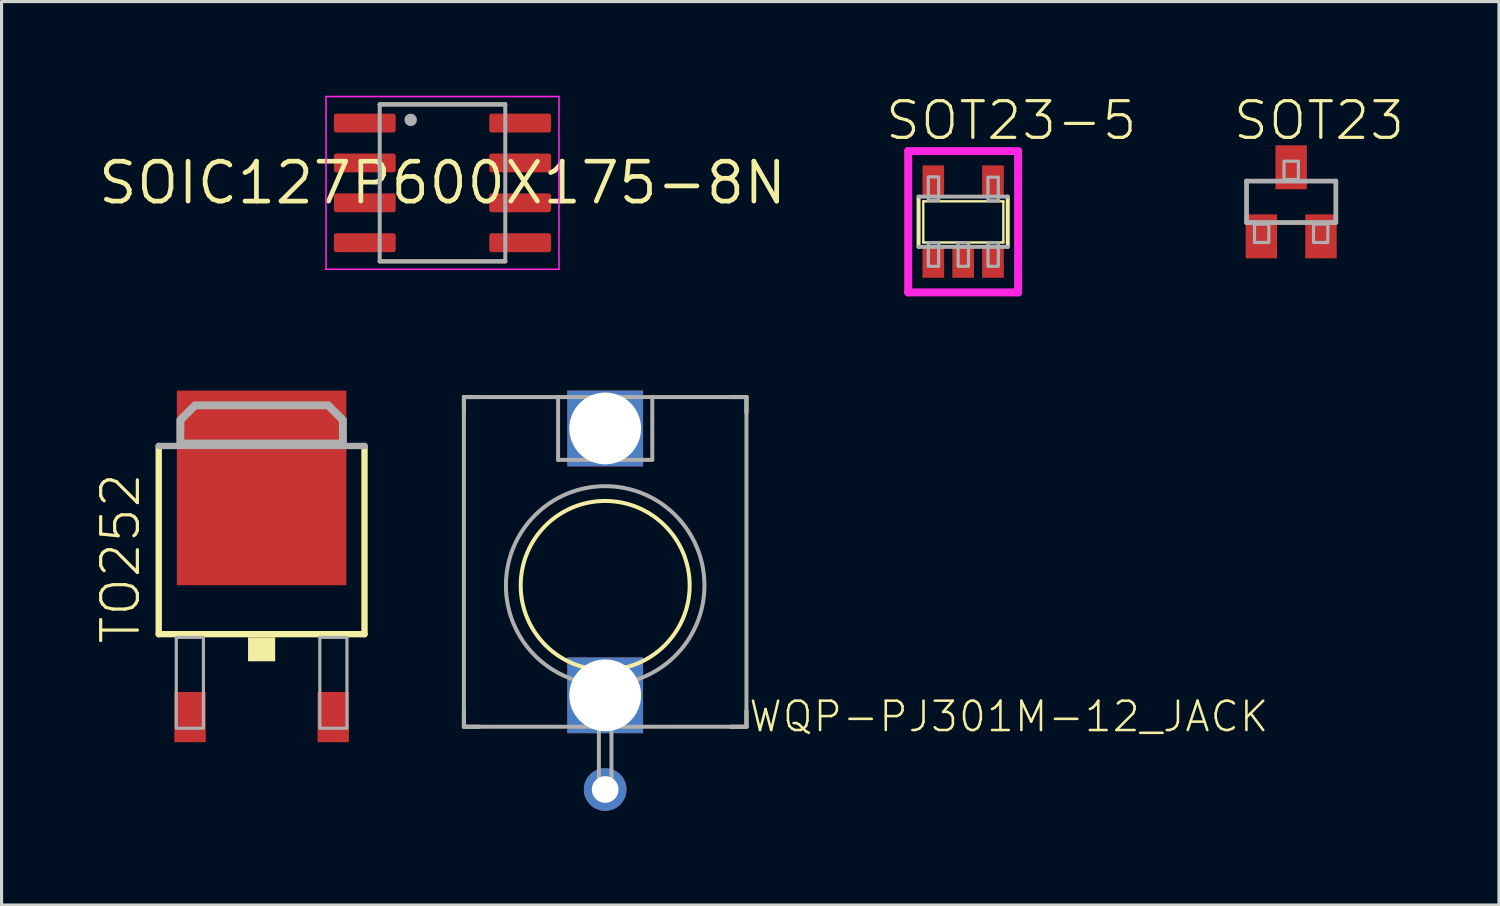
<source format=kicad_pcb>
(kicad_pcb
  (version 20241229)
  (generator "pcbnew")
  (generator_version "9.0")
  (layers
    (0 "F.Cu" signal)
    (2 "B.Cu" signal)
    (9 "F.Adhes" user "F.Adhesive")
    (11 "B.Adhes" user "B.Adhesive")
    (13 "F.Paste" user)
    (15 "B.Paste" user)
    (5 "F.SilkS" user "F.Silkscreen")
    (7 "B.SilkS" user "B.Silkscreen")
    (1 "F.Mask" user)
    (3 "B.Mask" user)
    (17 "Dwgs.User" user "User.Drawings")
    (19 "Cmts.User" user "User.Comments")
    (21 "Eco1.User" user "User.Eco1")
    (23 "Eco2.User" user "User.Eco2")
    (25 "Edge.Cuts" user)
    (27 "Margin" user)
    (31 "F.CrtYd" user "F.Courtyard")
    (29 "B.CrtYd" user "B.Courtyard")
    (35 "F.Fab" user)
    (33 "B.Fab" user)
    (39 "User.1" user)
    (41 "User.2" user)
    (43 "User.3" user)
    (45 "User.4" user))
  (footprint "SOIC127P600X175-8N"
    (layer "F.Cu")
    (at 11.044 2.775)
    (property "Reference" "SOIC127P600X175-8N" (at 0 0 0) (layer "F.SilkS") (effects (font (size 1.27 1.27) (thickness 0.15))))
    (fp_line (start -2 -2.5) (end 2 -2.5) (stroke (width 0.127) (type solid)) (layer "F.SilkS"))
    (fp_line (start -2 2.5) (end 2 2.5) (stroke (width 0.127) (type solid)) (layer "F.SilkS"))
    (fp_line (start -3.71 -2.75) (end -3.71 2.75) (stroke (width 0.05) (type solid)) (layer "F.CrtYd"))
    (fp_line (start -3.71 -2.75) (end 3.71 -2.75) (stroke (width 0.05) (type solid)) (layer "F.CrtYd"))
    (fp_line (start -3.71 2.75) (end 3.71 2.75) (stroke (width 0.05) (type solid)) (layer "F.CrtYd"))
    (fp_line (start 3.71 -2.75) (end 3.71 2.75) (stroke (width 0.05) (type solid)) (layer "F.CrtYd"))
    (fp_line (start -2 -2.5) (end -2 2.5) (stroke (width 0.127) (type solid)) (layer "F.Fab"))
    (fp_line (start -2 -2.5) (end 2 -2.5) (stroke (width 0.127) (type solid)) (layer "F.Fab"))
    (fp_line (start -2 2.5) (end 2 2.5) (stroke (width 0.127) (type solid)) (layer "F.Fab"))
    (fp_line (start 2 -2.5) (end 2 2.5) (stroke (width 0.127) (type solid)) (layer "F.Fab"))
    (fp_circle (center -1.013 -2.007) (end -0.913 -2.007) (stroke (width 0.2) (type solid)) (fill no) (layer "F.Fab"))
    (pad "1" smd roundrect (at -2.475 -1.905) (size 1.97 0.6) (layers "F.Cu" "F.Mask" "F.Paste") (roundrect_rratio 0.125))
    (pad "2" smd roundrect (at -2.475 -0.635) (size 1.97 0.6) (layers "F.Cu" "F.Mask" "F.Paste") (roundrect_rratio 0.125))
    (pad "3" smd roundrect (at -2.475 0.635) (size 1.97 0.6) (layers "F.Cu" "F.Mask" "F.Paste") (roundrect_rratio 0.125))
    (pad "4" smd roundrect (at -2.475 1.905) (size 1.97 0.6) (layers "F.Cu" "F.Mask" "F.Paste") (roundrect_rratio 0.125))
    (pad "5" smd roundrect (at 2.475 1.905) (size 1.97 0.6) (layers "F.Cu" "F.Mask" "F.Paste") (roundrect_rratio 0.125))
    (pad "6" smd roundrect (at 2.475 0.635) (size 1.97 0.6) (layers "F.Cu" "F.Mask" "F.Paste") (roundrect_rratio 0.125))
    (pad "7" smd roundrect (at 2.475 -0.635) (size 1.97 0.6) (layers "F.Cu" "F.Mask" "F.Paste") (roundrect_rratio 0.125))
    (pad "8" smd roundrect (at 2.475 -1.905) (size 1.97 0.6) (layers "F.Cu" "F.Mask" "F.Paste") (roundrect_rratio 0.125)))
  (footprint "TO252"
    (layer "F.Cu")
    (at 5.283 14.99)
    (property "Reference" "TO252" (at -3.81 2.54 90) (layer "F.SilkS") (effects (font (size 1.168 1.168) (thickness 0.102)) (justify left bottom)))
    (fp_line (start -3.277 2.159) (end -3.277 -3.835) (stroke (width 0.203) (type solid)) (layer "F.SilkS"))
    (fp_line (start 3.277 -3.835) (end 3.277 2.159) (stroke (width 0.203) (type solid)) (layer "F.SilkS"))
    (fp_line (start 3.277 2.159) (end -3.277 2.159) (stroke (width 0.203) (type solid)) (layer "F.SilkS"))
    (fp_poly (pts (xy -0.432 3.023) (xy 0.432 3.023) (xy 0.432 2.261) (xy -0.432 2.261)) (stroke (width 0) (type solid)) (fill yes) (layer "F.SilkS"))
    (fp_line (start -3.277 -3.835) (end 3.277 -3.835) (stroke (width 0.203) (type solid)) (layer "F.Fab"))
    (fp_line (start -2.565 -4.648) (end -2.108 -5.105) (stroke (width 0.203) (type solid)) (layer "F.Fab"))
    (fp_line (start -2.565 -3.937) (end -2.565 -4.648) (stroke (width 0.203) (type solid)) (layer "F.Fab"))
    (fp_line (start -2.108 -5.105) (end 2.108 -5.105) (stroke (width 0.203) (type solid)) (layer "F.Fab"))
    (fp_line (start 2.108 -5.105) (end 2.565 -4.648) (stroke (width 0.203) (type solid)) (layer "F.Fab"))
    (fp_line (start 2.565 -4.648) (end 2.565 -3.937) (stroke (width 0.203) (type solid)) (layer "F.Fab"))
    (fp_line (start 2.565 -3.937) (end -2.565 -3.937) (stroke (width 0.203) (type solid)) (layer "F.Fab"))
    (fp_poly (pts (xy -2.718 5.156) (xy -1.854 5.156) (xy -1.854 2.261) (xy -2.718 2.261)) (stroke (width 0.1) (type solid)) (fill no) (layer "F.Fab"))
    (fp_poly (pts (xy 1.854 5.156) (xy 2.718 5.156) (xy 2.718 2.261) (xy 1.854 2.261)) (stroke (width 0.1) (type solid)) (fill no) (layer "F.Fab"))
    (fp_poly (pts (xy 2.665 -4.69) (xy 2.665 -3.837) (xy -2.665 -3.837) (xy -2.665 -4.69) (xy -2.15 -5.205) (xy 2.15 -5.205)) (stroke (width 0.1) (type solid)) (fill no) (layer "F.Fab"))
    (pad "1" smd rect (at -2.28 4.8) (size 1 1.6) (layers "F.Cu" "F.Mask" "F.Paste"))
    (pad "2" smd rect (at 2.28 4.8) (size 1 1.6) (layers "F.Cu" "F.Mask" "F.Paste"))
    (pad "3" smd rect (at 0 -2.5) (size 5.4 6.2) (layers "F.Cu" "F.Mask" "F.Paste")))
  (footprint "WQP-PJ301M-12_JACK"
    (layer "F.Cu")
    (at 16.226 15.597)
    (property "Reference" "WQP-PJ301M-12_JACK" (at 4.521 4.724 180) (layer "F.SilkS") (effects (font (size 0.935 0.935) (thickness 0.081)) (justify left bottom)))
    (fp_line (start -4.5 -6) (end -4 -6) (stroke (width 0.127) (type solid)) (layer "F.SilkS"))
    (fp_line (start -4.5 -5.5) (end -4.5 -6) (stroke (width 0.127) (type solid)) (layer "F.SilkS"))
    (fp_line (start -4.5 4) (end -4.5 4.5) (stroke (width 0.127) (type solid)) (layer "F.SilkS"))
    (fp_line (start -4.5 4.5) (end -4 4.5) (stroke (width 0.127) (type solid)) (layer "F.SilkS"))
    (fp_line (start 4 -6) (end 4.5 -6) (stroke (width 0.127) (type solid)) (layer "F.SilkS"))
    (fp_line (start 4.5 -6) (end 4.5 -5.5) (stroke (width 0.127) (type solid)) (layer "F.SilkS"))
    (fp_line (start 4.5 4) (end 4.5 4.5) (stroke (width 0.127) (type solid)) (layer "F.SilkS"))
    (fp_line (start 4.5 4.5) (end 4 4.5) (stroke (width 0.127) (type solid)) (layer "F.SilkS"))
    (fp_circle (center 0 0) (end 2.691 0) (stroke (width 0.127) (type solid)) (fill no) (layer "F.SilkS"))
    (fp_line (start -4.5 -6) (end -4.5 4.5) (stroke (width 0.127) (type solid)) (layer "F.Fab"))
    (fp_line (start -4.5 -6) (end -1.5 -6) (stroke (width 0.127) (type solid)) (layer "F.Fab"))
    (fp_line (start -4.5 4.5) (end 0.2 4.5) (stroke (width 0.127) (type solid)) (layer "F.Fab"))
    (fp_line (start -1.5 -6) (end -1.5 -4) (stroke (width 0.127) (type solid)) (layer "F.Fab"))
    (fp_line (start -1.5 -6) (end 1.5 -6) (stroke (width 0.127) (type solid)) (layer "F.Fab"))
    (fp_line (start -1.5 -4) (end 1.5 -4) (stroke (width 0.127) (type solid)) (layer "F.Fab"))
    (fp_line (start -0.2 4.6) (end -0.2 6.7) (stroke (width 0.127) (type solid)) (layer "F.Fab"))
    (fp_line (start -0.2 6.7) (end 0.2 6.7) (stroke (width 0.127) (type solid)) (layer "F.Fab"))
    (fp_line (start 0.2 4.5) (end 4.5 4.5) (stroke (width 0.127) (type solid)) (layer "F.Fab"))
    (fp_line (start 0.2 6.7) (end 0.2 4.5) (stroke (width 0.127) (type solid)) (layer "F.Fab"))
    (fp_line (start 1.5 -6) (end 4.5 -6) (stroke (width 0.127) (type solid)) (layer "F.Fab"))
    (fp_line (start 1.5 -4) (end 1.5 -6) (stroke (width 0.127) (type solid)) (layer "F.Fab"))
    (fp_line (start 4.5 4.5) (end 4.5 -6) (stroke (width 0.127) (type solid)) (layer "F.Fab"))
    (fp_circle (center 0 0) (end 3.162 0) (stroke (width 0.127) (type solid)) (fill no) (layer "F.Fab"))
    (pad "P$1_TIP" thru_hole rect (at 0 -5) (size 2.413 2.413) (drill 2.286) (layers "*.Cu" "*.Mask"))
    (pad "P$2_SWITCH" thru_hole rect (at 0 3.5) (size 2.413 2.413) (drill 2.286) (layers "*.Cu" "*.Mask"))
    (pad "P$3_SLEEVE" thru_hole circle (at 0 6.5) (size 1.358 1.358) (drill 0.85) (layers "*.Cu" "*.Mask"))
    (zone (net_name "") (layer "F.Cu") (hatch edge 0.508) (connect_pads) (min_thickness 0.254) (filled_areas_thickness no) (keepout (tracks not_allowed) (vias not_allowed) (pads not_allowed) (copperpour not_allowed) (footprints allowed)) (placement (enabled no)) (fill) (polygon (pts (xy 13.426 18.397) (xy 19.026 18.397) (xy 19.026 12.797) (xy 13.426 12.797)))))
  (footprint "SOT23-5"
    (layer "F.Cu")
    (at 27.628 4.013)
    (property "Reference" "SOT23-5" (at -2.54 -2.54 0) (layer "F.SilkS") (effects (font (size 1.168 1.168) (thickness 0.102)) (justify left bottom)))
    (fp_line (start -1.42 0.8) (end -1.42 -0.8) (stroke (width 0.127) (type solid)) (layer "F.SilkS"))
    (fp_line (start -1.27 -0.65) (end 1.28 -0.65) (stroke (width 0.075) (type solid)) (layer "F.SilkS"))
    (fp_line (start -1.27 0.66) (end -1.27 -0.65) (stroke (width 0.075) (type solid)) (layer "F.SilkS"))
    (fp_line (start 0 1.29) (end 0 1.3) (stroke (width 0.01) (type solid)) (layer "F.SilkS"))
    (fp_line (start 1.28 -0.65) (end 1.28 0.66) (stroke (width 0.075) (type solid)) (layer "F.SilkS"))
    (fp_line (start 1.28 0.66) (end -1.27 0.66) (stroke (width 0.075) (type solid)) (layer "F.SilkS"))
    (fp_line (start 1.42 -0.8) (end 1.42 0.8) (stroke (width 0.127) (type solid)) (layer "F.SilkS"))
    (fp_line (start -1.75 -2.25) (end 1.75 -2.25) (stroke (width 0.254) (type solid)) (layer "F.CrtYd"))
    (fp_line (start -1.75 2.25) (end -1.75 -2.25) (stroke (width 0.254) (type solid)) (layer "F.CrtYd"))
    (fp_line (start 1.75 -2.25) (end 1.75 2.25) (stroke (width 0.254) (type solid)) (layer "F.CrtYd"))
    (fp_line (start 1.75 2.25) (end -1.75 2.25) (stroke (width 0.254) (type solid)) (layer "F.CrtYd"))
    (fp_line (start -1.42 -0.8) (end 1.42 -0.8) (stroke (width 0.127) (type solid)) (layer "F.Fab"))
    (fp_line (start 1.42 0.8) (end -1.42 0.8) (stroke (width 0.127) (type solid)) (layer "F.Fab"))
    (fp_poly (pts (xy -1.11 -0.68) (xy -0.78 -0.68) (xy -0.78 -1.43) (xy -1.11 -1.43)) (stroke (width 0.1) (type solid)) (fill no) (layer "F.Fab"))
    (fp_poly (pts (xy -1.11 1.42) (xy -0.78 1.42) (xy -0.78 0.67) (xy -1.11 0.67)) (stroke (width 0.1) (type solid)) (fill no) (layer "F.Fab"))
    (fp_poly (pts (xy -0.16 1.42) (xy 0.17 1.42) (xy 0.17 0.67) (xy -0.16 0.67)) (stroke (width 0.1) (type solid)) (fill no) (layer "F.Fab"))
    (fp_poly (pts (xy 0.79 -0.67) (xy 1.12 -0.67) (xy 1.12 -1.42) (xy 0.79 -1.42)) (stroke (width 0.1) (type solid)) (fill no) (layer "F.Fab"))
    (fp_poly (pts (xy 0.79 1.42) (xy 1.12 1.42) (xy 1.12 0.67) (xy 0.79 0.67)) (stroke (width 0.1) (type solid)) (fill no) (layer "F.Fab"))
    (pad "1" smd rect (at -0.95 1.29) (size 0.69 0.99) (layers "F.Cu" "F.Mask" "F.Paste"))
    (pad "2" smd rect (at 0 1.29) (size 0.69 0.99) (layers "F.Cu" "F.Mask" "F.Paste"))
    (pad "3" smd rect (at 0.95 1.29) (size 0.69 0.99) (layers "F.Cu" "F.Mask" "F.Paste"))
    (pad "4" smd rect (at 0.95 -1.3) (size 0.69 0.99) (layers "F.Cu" "F.Mask" "F.Paste"))
    (pad "5" smd rect (at -0.95 -1.3) (size 0.69 0.99) (layers "F.Cu" "F.Mask" "F.Paste")))
  (footprint "SOT23"
    (layer "F.Cu")
    (at 38.076 3.378)
    (property "Reference" "SOT23" (at -1.905 -1.905 0) (layer "F.SilkS") (effects (font (size 1.168 1.168) (thickness 0.102)) (justify left bottom)))
    (fp_line (start -1.422 -0.66) (end 1.422 -0.66) (stroke (width 0.152) (type solid)) (layer "F.Fab"))
    (fp_line (start -1.422 0.66) (end -1.422 -0.66) (stroke (width 0.152) (type solid)) (layer "F.Fab"))
    (fp_line (start 1.422 -0.66) (end 1.422 0.66) (stroke (width 0.152) (type solid)) (layer "F.Fab"))
    (fp_line (start 1.422 0.66) (end -1.422 0.66) (stroke (width 0.152) (type solid)) (layer "F.Fab"))
    (fp_poly (pts (xy -1.168 1.295) (xy -0.711 1.295) (xy -0.711 0.711) (xy -1.168 0.711)) (stroke (width 0.1) (type solid)) (fill no) (layer "F.Fab"))
    (fp_poly (pts (xy -0.229 -0.711) (xy 0.229 -0.711) (xy 0.229 -1.295) (xy -0.229 -1.295)) (stroke (width 0.1) (type solid)) (fill no) (layer "F.Fab"))
    (fp_poly (pts (xy 0.711 1.295) (xy 1.168 1.295) (xy 1.168 0.711) (xy 0.711 0.711)) (stroke (width 0.1) (type solid)) (fill no) (layer "F.Fab"))
    (pad "1" smd rect (at -0.95 1.1) (size 1 1.4) (layers "F.Cu" "F.Mask" "F.Paste"))
    (pad "2" smd rect (at 0.95 1.1) (size 1 1.4) (layers "F.Cu" "F.Mask" "F.Paste"))
    (pad "3" smd rect (at 0 -1.1) (size 1 1.4) (layers "F.Cu" "F.Mask" "F.Paste")))
  (gr_rect
    (start -3 -3)
    (end 44.695 25.776)
    (stroke (width 0.1) (type default))
    (fill no)
    (layer "Edge.Cuts")))
</source>
